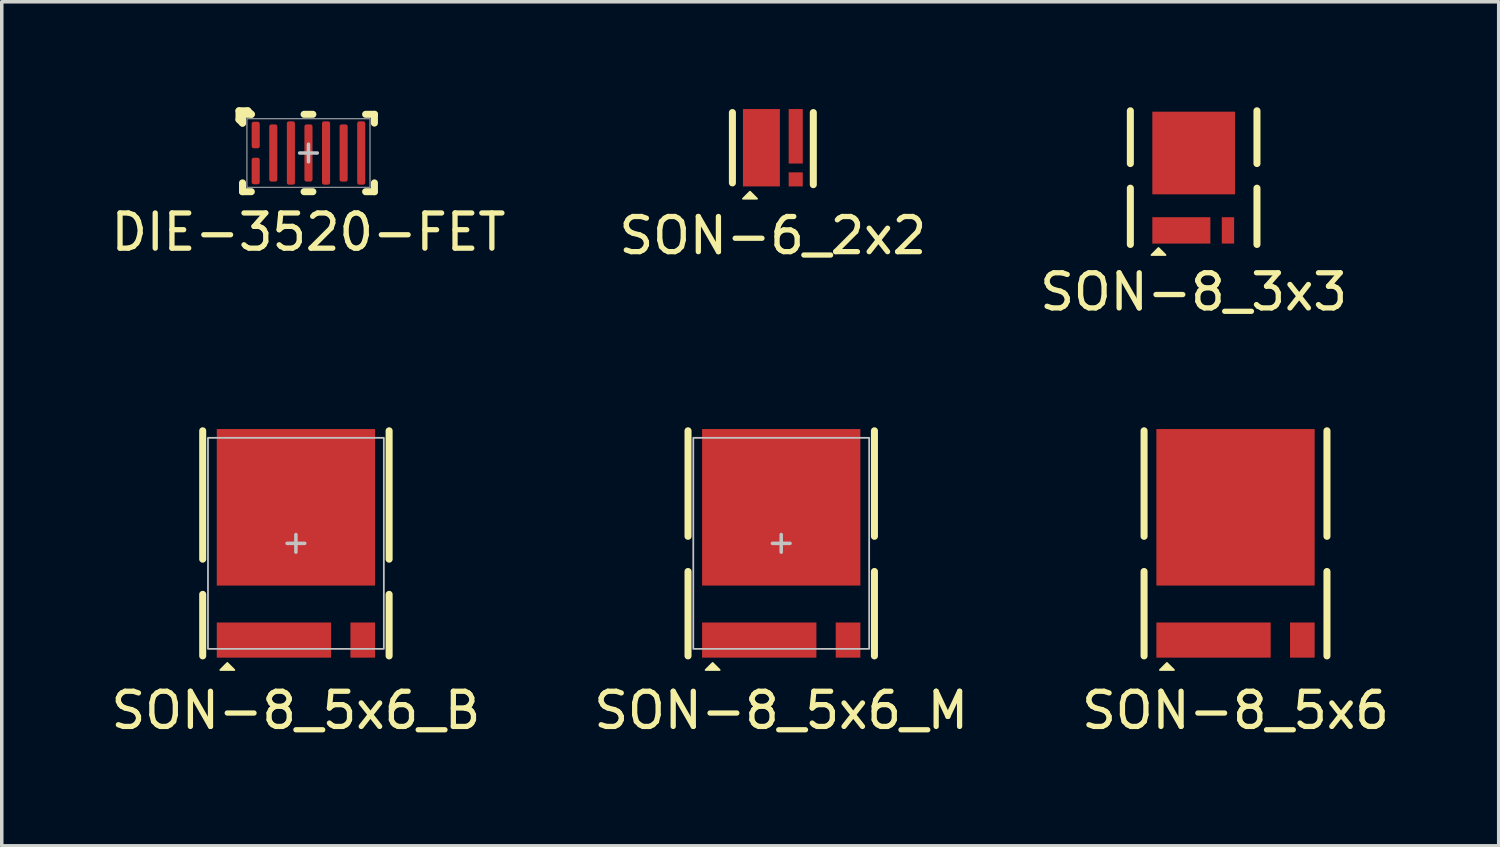
<source format=kicad_pcb>
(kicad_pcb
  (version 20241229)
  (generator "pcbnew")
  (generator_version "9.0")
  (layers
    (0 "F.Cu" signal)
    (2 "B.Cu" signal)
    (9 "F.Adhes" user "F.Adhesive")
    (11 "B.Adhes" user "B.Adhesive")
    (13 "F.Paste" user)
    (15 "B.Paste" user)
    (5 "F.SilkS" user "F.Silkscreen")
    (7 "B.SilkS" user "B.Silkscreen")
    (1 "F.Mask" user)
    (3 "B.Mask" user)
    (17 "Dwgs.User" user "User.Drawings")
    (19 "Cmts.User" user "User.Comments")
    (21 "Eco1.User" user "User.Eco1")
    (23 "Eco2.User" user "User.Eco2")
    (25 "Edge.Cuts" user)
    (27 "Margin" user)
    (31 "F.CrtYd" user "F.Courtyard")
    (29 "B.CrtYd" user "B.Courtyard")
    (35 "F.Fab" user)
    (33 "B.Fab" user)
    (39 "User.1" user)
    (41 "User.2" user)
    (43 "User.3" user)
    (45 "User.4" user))
  (footprint "SON-8_5x6_B"
    (layer "F.Cu")
    (at 5.363 12.398)
    (property "Reference" "SON-8_5x6_B" (at 0 4.75 0) (unlocked yes) (layer "F.SilkS") (effects (font (size 1 1) (thickness 0.15))))
    (attr smd)
    (fp_rect (start -2.25 2.25) (end -1.6 3.25) (stroke (width 0.1) (type solid)) (fill yes) (layer "F.Mask"))
    (fp_rect (start -0.95 2.25) (end -0.3 3.25) (stroke (width 0.1) (type solid)) (fill yes) (layer "F.Mask"))
    (fp_rect (start 0.35 2.25) (end 1 3.25) (stroke (width 0.1) (type solid)) (fill yes) (layer "F.Mask"))
    (fp_poly (pts (xy -1.6 -2.525) (xy -0.875 -2.525) (xy -0.875 -3.25) (xy -0.375 -3.25) (xy -0.375 -2.525) (xy 0.375 -2.525) (xy 0.375 -3.25) (xy 0.825 -3.25) (xy 0.825 -2.525) (xy 1.55 -2.525) (xy 1.55 -3.25) (xy 2.25 -3.25) (xy 2.25 0.7) (xy 2.55 0.7) (xy 2.55 1.2) (xy -2.55 1.2) (xy -2.55 0.7) (xy -2.25 0.7) (xy -2.25 -3.25) (xy -1.6 -3.25)) (stroke (width 0.1) (type solid)) (fill yes) (layer "F.Mask"))
    (fp_line (start -2.65 -3.2) (end -2.65 0.45) (stroke (width 0.2) (type solid)) (layer "F.SilkS"))
    (fp_line (start -2.65 1.45) (end -2.65 3.2) (stroke (width 0.2) (type solid)) (layer "F.SilkS"))
    (fp_line (start 2.65 -3.2) (end 2.65 0.45) (stroke (width 0.2) (type solid)) (layer "F.SilkS"))
    (fp_line (start 2.65 1.45) (end 2.65 3.2) (stroke (width 0.2) (type solid)) (layer "F.SilkS"))
    (fp_poly (pts (xy -2.15 3.6) (xy -1.95 3.4) (xy -1.75 3.6)) (stroke (width 0.05) (type solid)) (fill yes) (layer "F.SilkS"))
    (fp_rect (start -2.5 0.75) (end -2.15 1.15) (stroke (width 0) (type solid)) (fill yes) (layer "F.Paste"))
    (fp_rect (start -2.2 2.3) (end -1.6 3.2) (stroke (width 0) (type solid)) (fill yes) (layer "F.Paste"))
    (fp_rect (start -2.15 -3.15) (end -1.65 -2.5) (stroke (width 0) (type solid)) (fill yes) (layer "F.Paste"))
    (fp_rect (start -2.05 -2.3) (end -1.25 -0.8) (stroke (width 0) (type solid)) (fill yes) (layer "F.Paste"))
    (fp_rect (start -1.95 -0.5) (end -1.25 1) (stroke (width 0) (type solid)) (fill yes) (layer "F.Paste"))
    (fp_rect (start -1 -2.3) (end -0.15 -0.8) (stroke (width 0) (type solid)) (fill yes) (layer "F.Paste"))
    (fp_rect (start -0.95 -0.5) (end -0.15 1) (stroke (width 0) (type solid)) (fill yes) (layer "F.Paste"))
    (fp_rect (start -0.95 2.3) (end -0.3 3.2) (stroke (width 0) (type solid)) (fill yes) (layer "F.Paste"))
    (fp_rect (start -0.85 -3.15) (end -0.4 -2.5) (stroke (width 0) (type solid)) (fill yes) (layer "F.Paste"))
    (fp_rect (start 0.15 -2.3) (end 0.95 -0.8) (stroke (width 0) (type solid)) (fill yes) (layer "F.Paste"))
    (fp_rect (start 0.15 -0.5) (end 0.95 1) (stroke (width 0) (type solid)) (fill yes) (layer "F.Paste"))
    (fp_rect (start 0.35 2.3) (end 0.95 3.2) (stroke (width 0) (type solid)) (fill yes) (layer "F.Paste"))
    (fp_rect (start 0.4 -3.15) (end 0.8 -2.5) (stroke (width 0) (type solid)) (fill yes) (layer "F.Paste"))
    (fp_rect (start 1.25 -2.3) (end 2.05 -0.8) (stroke (width 0) (type solid)) (fill yes) (layer "F.Paste"))
    (fp_rect (start 1.25 -0.5) (end 1.95 1) (stroke (width 0) (type solid)) (fill yes) (layer "F.Paste"))
    (fp_rect (start 1.6 -3.15) (end 2.15 -2.5) (stroke (width 0) (type solid)) (fill yes) (layer "F.Paste"))
    (fp_rect (start 2.15 0.75) (end 2.5 1.15) (stroke (width 0) (type solid)) (fill yes) (layer "F.Paste"))
    (fp_line (start -0.25 0) (end 0.25 0) (stroke (width 0.1) (type solid)) (layer "Dwgs.User"))
    (fp_line (start 0 -0.25) (end 0 0.25) (stroke (width 0.1) (type solid)) (layer "Dwgs.User"))
    (fp_rect (start -2.5 -3) (end 2.5 3) (stroke (width 0.05) (type solid)) (fill no) (layer "Dwgs.User"))
    (pad "D" smd rect (at 0 -1.025) (size 4.5 4.45) (layers "F.Cu"))
    (pad "G" smd rect (at 1.9 2.75) (size 0.7 1) (layers "F.Cu" "F.Mask" "F.Paste"))
    (pad "S" smd rect (at -0.625 2.75) (size 3.25 1) (layers "F.Cu")))
  (footprint "DIE-3520-FET"
    (layer "F.Cu")
    (at 5.72 1.3)
    (property "Reference" "DIE-3520-FET" (at 0 2.25 0) (unlocked yes) (layer "F.SilkS") (effects (font (size 1 1) (thickness 0.15))))
    (attr smd)
    (fp_line (start -1.975 -0.95) (end -1.975 -1.2) (stroke (width 0.2) (type solid)) (layer "F.SilkS"))
    (fp_line (start -1.875 -1.1) (end -1.875 -0.85) (stroke (width 0.2) (type solid)) (layer "F.SilkS"))
    (fp_line (start -1.875 -0.85) (end -1.975 -0.95) (stroke (width 0.2) (type solid)) (layer "F.SilkS"))
    (fp_line (start -1.875 0.85) (end -1.875 1.1) (stroke (width 0.2) (type solid)) (layer "F.SilkS"))
    (fp_line (start -1.875 1.1) (end -1.625 1.1) (stroke (width 0.2) (type solid)) (layer "F.SilkS"))
    (fp_line (start -1.725 -1.2) (end -1.975 -1.2) (stroke (width 0.2) (type solid)) (layer "F.SilkS"))
    (fp_line (start -1.625 -1.1) (end -1.875 -1.1) (stroke (width 0.2) (type solid)) (layer "F.SilkS"))
    (fp_line (start -1.625 -1.1) (end -1.725 -1.2) (stroke (width 0.2) (type solid)) (layer "F.SilkS"))
    (fp_line (start -0.125 -1.1) (end 0.125 -1.1) (stroke (width 0.2) (type solid)) (layer "F.SilkS"))
    (fp_line (start -0.125 1.1) (end 0.125 1.1) (stroke (width 0.2) (type solid)) (layer "F.SilkS"))
    (fp_line (start 1.625 1.1) (end 1.875 1.1) (stroke (width 0.2) (type solid)) (layer "F.SilkS"))
    (fp_line (start 1.875 -1.1) (end 1.625 -1.1) (stroke (width 0.2) (type solid)) (layer "F.SilkS"))
    (fp_line (start 1.875 -0.85) (end 1.875 -1.1) (stroke (width 0.2) (type solid)) (layer "F.SilkS"))
    (fp_line (start 1.875 1.1) (end 1.875 0.85) (stroke (width 0.2) (type solid)) (layer "F.SilkS"))
    (fp_line (start -0.25 0) (end 0.25 0) (stroke (width 0.1) (type solid)) (layer "Dwgs.User"))
    (fp_line (start 0 -0.25) (end 0 0.25) (stroke (width 0.1) (type solid)) (layer "Dwgs.User"))
    (fp_rect (start -1.75 -0.975) (end 1.75 0.975) (stroke (width 0.03) (type solid)) (fill no) (layer "F.Fab"))
    (pad "D" smd roundrect (at -1 0 90) (size 1.625 0.23) (layers "F.Cu" "F.Mask" "F.Paste") (roundrect_rratio 0.25))
    (pad "D" smd roundrect (at 0 0 90) (size 1.625 0.23) (layers "F.Cu" "F.Mask" "F.Paste") (roundrect_rratio 0.25))
    (pad "D" smd roundrect (at 1 0 90) (size 1.625 0.23) (layers "F.Cu" "F.Mask" "F.Paste") (roundrect_rratio 0.25))
    (pad "G" smd roundrect (at -1.5 -0.512 90) (size 0.755 0.23) (layers "F.Cu" "F.Mask" "F.Paste") (roundrect_rratio 0.25))
    (pad "S" smd roundrect (at -1.5 0.512 90) (size 0.755 0.23) (layers "F.Cu" "F.Mask" "F.Paste") (roundrect_rratio 0.25))
    (pad "S" smd roundrect (at -0.5 0 90) (size 1.8 0.23) (layers "F.Cu" "F.Mask" "F.Paste") (roundrect_rratio 0.25))
    (pad "S" smd roundrect (at 0.5 0 90) (size 1.8 0.23) (layers "F.Cu" "F.Mask" "F.Paste") (roundrect_rratio 0.25))
    (pad "S" smd roundrect (at 1.5 0 90) (size 1.8 0.23) (layers "F.Cu" "F.Mask" "F.Paste") (roundrect_rratio 0.25)))
  (footprint "SON-6_2x2"
    (layer "F.Cu")
    (at 18.923 1.15)
    (property "Reference" "SON-6_2x2" (at 0 2.5 0) (unlocked yes) (layer "F.SilkS") (effects (font (size 1 1) (thickness 0.15))))
    (attr smd)
    (fp_rect (start -0.85 -0.7) (end -0.45 -1.1) (stroke (width 0.1) (type solid)) (fill yes) (layer "F.Mask"))
    (fp_rect (start -0.85 -0.45) (end 0.2 0.45) (stroke (width 0.1) (type solid)) (fill yes) (layer "F.Mask"))
    (fp_rect (start -0.85 1.1) (end -0.45 0.7) (stroke (width 0.1) (type solid)) (fill yes) (layer "F.Mask"))
    (fp_rect (start -0.2 -0.7) (end 0.2 -1.1) (stroke (width 0.1) (type solid)) (fill yes) (layer "F.Mask"))
    (fp_rect (start -0.2 1.1) (end 0.2 0.7) (stroke (width 0.1) (type solid)) (fill yes) (layer "F.Mask"))
    (fp_rect (start 0.45 -0.7) (end 0.85 -1.1) (stroke (width 0.1) (type solid)) (fill yes) (layer "F.Mask"))
    (fp_rect (start 0.45 0.45) (end 0.85 -0.45) (stroke (width 0.1) (type solid)) (fill yes) (layer "F.Mask"))
    (fp_line (start -1.15 1) (end -1.15 -1) (stroke (width 0.2) (type solid)) (layer "F.SilkS"))
    (fp_line (start 1.15 1.05) (end 1.15 -1) (stroke (width 0.2) (type solid)) (layer "F.SilkS"))
    (fp_poly (pts (xy -0.85 1.45) (xy -0.65 1.25) (xy -0.45 1.45)) (stroke (width 0.05) (type solid)) (fill yes) (layer "F.SilkS"))
    (fp_rect (start -0.8 -1.05) (end -0.45 -0.7) (stroke (width 0) (type solid)) (fill yes) (layer "F.Paste"))
    (fp_rect (start -0.8 -0.45) (end -0.4 0.45) (stroke (width 0) (type solid)) (fill yes) (layer "F.Paste"))
    (fp_rect (start -0.8 1.05) (end -0.45 0.7) (stroke (width 0) (type solid)) (fill yes) (layer "F.Paste"))
    (fp_rect (start -0.25 -0.45) (end 0.15 0.45) (stroke (width 0) (type solid)) (fill yes) (layer "F.Paste"))
    (fp_rect (start 0.15 -1.05) (end -0.2 -0.7) (stroke (width 0) (type solid)) (fill yes) (layer "F.Paste"))
    (fp_rect (start 0.15 1.05) (end -0.2 0.7) (stroke (width 0) (type solid)) (fill yes) (layer "F.Paste"))
    (fp_rect (start 0.5 -1.05) (end 0.8 -0.7) (stroke (width 0) (type solid)) (fill yes) (layer "F.Paste"))
    (fp_rect (start 0.5 0.4) (end 0.8 -0.45) (stroke (width 0) (type solid)) (fill yes) (layer "F.Paste"))
    (pad "D" smd rect (at -0.325 0) (size 1.05 2.2) (layers "F.Cu"))
    (pad "G" smd rect (at 0.65 0.9) (size 0.4 0.4) (layers "F.Cu" "F.Mask" "F.Paste"))
    (pad "S" smd rect (at 0.65 -0.325) (size 0.4 1.55) (layers "F.Cu")))
  (footprint "SON-8_5x6_M"
    (layer "F.Cu")
    (at 19.161 12.398)
    (property "Reference" "SON-8_5x6_M" (at 0 4.75 0) (unlocked yes) (layer "F.SilkS") (effects (font (size 1 1) (thickness 0.15))))
    (attr smd)
    (fp_rect (start -2.25 2.25) (end -1.6 3.25) (stroke (width 0.1) (type solid)) (fill yes) (layer "F.Mask"))
    (fp_rect (start -0.95 2.25) (end -0.3 3.25) (stroke (width 0.1) (type solid)) (fill yes) (layer "F.Mask"))
    (fp_rect (start 0.35 2.25) (end 1 3.25) (stroke (width 0.1) (type solid)) (fill yes) (layer "F.Mask"))
    (fp_poly (pts (xy -1.6 -2.525) (xy -0.875 -2.525) (xy -0.875 -3.25) (xy -0.375 -3.25) (xy -0.375 -2.525) (xy 0.375 -2.525) (xy 0.375 -3.25) (xy 0.825 -3.25) (xy 0.825 -2.525) (xy 1.55 -2.525) (xy 1.55 -3.25) (xy 2.25 -3.25) (xy 2.25 0.05) (xy 2.55 0.05) (xy 2.55 0.55) (xy 2.25 0.55) (xy 2.25 1.2) (xy -2.25 1.2) (xy -2.25 0.55) (xy -2.55 0.55) (xy -2.55 0.05) (xy -2.25 0.05) (xy -2.25 -3.25) (xy -1.6 -3.25)) (stroke (width 0.1) (type solid)) (fill yes) (layer "F.Mask"))
    (fp_line (start -2.65 -3.2) (end -2.65 -0.2) (stroke (width 0.2) (type solid)) (layer "F.SilkS"))
    (fp_line (start -2.65 0.8) (end -2.65 3.2) (stroke (width 0.2) (type solid)) (layer "F.SilkS"))
    (fp_line (start 2.65 -3.2) (end 2.65 -0.2) (stroke (width 0.2) (type solid)) (layer "F.SilkS"))
    (fp_line (start 2.65 0.8) (end 2.65 3.2) (stroke (width 0.2) (type solid)) (layer "F.SilkS"))
    (fp_poly (pts (xy -2.15 3.6) (xy -1.95 3.4) (xy -1.75 3.6)) (stroke (width 0.05) (type solid)) (fill yes) (layer "F.SilkS"))
    (fp_rect (start -2.5 0.1) (end -2.15 0.5) (stroke (width 0) (type solid)) (fill yes) (layer "F.Paste"))
    (fp_rect (start -2.2 2.3) (end -1.6 3.2) (stroke (width 0) (type solid)) (fill yes) (layer "F.Paste"))
    (fp_rect (start -2.15 -3.15) (end -1.65 -2.5) (stroke (width 0) (type solid)) (fill yes) (layer "F.Paste"))
    (fp_rect (start -2.05 -2.3) (end -1.25 -0.8) (stroke (width 0) (type solid)) (fill yes) (layer "F.Paste"))
    (fp_rect (start -1.95 -0.5) (end -1.25 1) (stroke (width 0) (type solid)) (fill yes) (layer "F.Paste"))
    (fp_rect (start -1 -2.3) (end -0.15 -0.8) (stroke (width 0) (type solid)) (fill yes) (layer "F.Paste"))
    (fp_rect (start -0.95 -0.5) (end -0.15 1) (stroke (width 0) (type solid)) (fill yes) (layer "F.Paste"))
    (fp_rect (start -0.95 2.3) (end -0.3 3.2) (stroke (width 0) (type solid)) (fill yes) (layer "F.Paste"))
    (fp_rect (start -0.85 -3.15) (end -0.4 -2.5) (stroke (width 0) (type solid)) (fill yes) (layer "F.Paste"))
    (fp_rect (start 0.15 -2.3) (end 0.95 -0.8) (stroke (width 0) (type solid)) (fill yes) (layer "F.Paste"))
    (fp_rect (start 0.15 -0.5) (end 0.95 1) (stroke (width 0) (type solid)) (fill yes) (layer "F.Paste"))
    (fp_rect (start 0.35 2.3) (end 0.95 3.2) (stroke (width 0) (type solid)) (fill yes) (layer "F.Paste"))
    (fp_rect (start 0.4 -3.15) (end 0.8 -2.5) (stroke (width 0) (type solid)) (fill yes) (layer "F.Paste"))
    (fp_rect (start 1.25 -2.3) (end 2.05 -0.8) (stroke (width 0) (type solid)) (fill yes) (layer "F.Paste"))
    (fp_rect (start 1.25 -0.5) (end 1.95 1) (stroke (width 0) (type solid)) (fill yes) (layer "F.Paste"))
    (fp_rect (start 1.6 -3.15) (end 2.15 -2.5) (stroke (width 0) (type solid)) (fill yes) (layer "F.Paste"))
    (fp_rect (start 2.15 0.1) (end 2.5 0.5) (stroke (width 0) (type solid)) (fill yes) (layer "F.Paste"))
    (fp_line (start -0.25 0) (end 0.25 0) (stroke (width 0.1) (type solid)) (layer "Dwgs.User"))
    (fp_line (start 0 -0.25) (end 0 0.25) (stroke (width 0.1) (type solid)) (layer "Dwgs.User"))
    (fp_rect (start -2.5 -3) (end 2.5 3) (stroke (width 0.05) (type solid)) (fill no) (layer "Dwgs.User"))
    (pad "D" smd rect (at 0 -1.025) (size 4.5 4.45) (layers "F.Cu"))
    (pad "G" smd rect (at 1.9 2.75) (size 0.7 1) (layers "F.Cu" "F.Mask" "F.Paste"))
    (pad "S" smd rect (at -0.625 2.75) (size 3.25 1) (layers "F.Cu")))
  (footprint "SON-8_3x3"
    (layer "F.Cu")
    (at 30.887 2)
    (property "Reference" "SON-8_3x3" (at 0 3.25 0) (unlocked yes) (layer "F.SilkS") (effects (font (size 1 1) (thickness 0.15))))
    (attr smd)
    (fp_rect (start -1.175 1.125) (end -0.825 1.875) (stroke (width 0.1) (type solid)) (fill yes) (layer "F.Mask"))
    (fp_rect (start -0.525 1.125) (end -0.175 1.875) (stroke (width 0.1) (type solid)) (fill yes) (layer "F.Mask"))
    (fp_rect (start 0.125 1.125) (end 0.475 1.875) (stroke (width 0.1) (type solid)) (fill yes) (layer "F.Mask"))
    (fp_poly (pts (xy -0.8 -1.325) (xy -0.5 -1.325) (xy -0.5 -1.875) (xy -0.15 -1.875) (xy -0.15 -1.325) (xy 0.15 -1.325) (xy 0.15 -1.875) (xy 0.5 -1.875) (xy 0.5 -1.325) (xy 0.8 -1.325) (xy 0.8 -1.875) (xy 1.175 -1.875) (xy 1.175 -0.225) (xy 1.725 -0.225) (xy 1.725 0.125) (xy 1.175 0.125) (xy 1.175 0.475) (xy -1.175 0.475) (xy -1.175 0.125) (xy -1.725 0.125) (xy -1.725 -0.225) (xy -1.175 -0.225) (xy -1.175 -1.875) (xy -0.8 -1.875)) (stroke (width 0.1) (type solid)) (fill yes) (layer "F.Mask"))
    (fp_line (start -1.8 -1.9) (end -1.8 -0.4) (stroke (width 0.2) (type solid)) (layer "F.SilkS"))
    (fp_line (start -1.8 0.3) (end -1.8 1.9) (stroke (width 0.2) (type solid)) (layer "F.SilkS"))
    (fp_line (start 1.8 -0.4) (end 1.8 -1.9) (stroke (width 0.2) (type solid)) (layer "F.SilkS"))
    (fp_line (start 1.8 1.9) (end 1.8 0.3) (stroke (width 0.2) (type solid)) (layer "F.SilkS"))
    (fp_poly (pts (xy -1.2 2.2) (xy -1 2) (xy -0.8 2.2)) (stroke (width 0.05) (type solid)) (fill yes) (layer "F.SilkS"))
    (fp_rect (start -1.7 -0.2) (end -1.25 0.1) (stroke (width 0) (type solid)) (fill yes) (layer "F.Paste"))
    (fp_rect (start -1.125 1.175) (end -0.825 1.825) (stroke (width 0) (type solid)) (fill yes) (layer "F.Paste"))
    (fp_rect (start -1.1 -1.8) (end -0.825 -1.45) (stroke (width 0) (type solid)) (fill yes) (layer "F.Paste"))
    (fp_rect (start -1.1 -1.3) (end -0.1 -0.5) (stroke (width 0) (type solid)) (fill yes) (layer "F.Paste"))
    (fp_rect (start -1.05 -0.35) (end -0.1 0.4) (stroke (width 0) (type solid)) (fill yes) (layer "F.Paste"))
    (fp_rect (start -0.525 1.175) (end -0.175 1.825) (stroke (width 0) (type solid)) (fill yes) (layer "F.Paste"))
    (fp_rect (start -0.475 -1.8) (end -0.175 -1.45) (stroke (width 0) (type solid)) (fill yes) (layer "F.Paste"))
    (fp_rect (start 0.1 -1.3) (end 1.1 -0.5) (stroke (width 0) (type solid)) (fill yes) (layer "F.Paste"))
    (fp_rect (start 0.1 -0.35) (end 1.05 0.4) (stroke (width 0) (type solid)) (fill yes) (layer "F.Paste"))
    (fp_rect (start 0.125 1.175) (end 0.425 1.825) (stroke (width 0) (type solid)) (fill yes) (layer "F.Paste"))
    (fp_rect (start 0.175 -1.8) (end 0.475 -1.45) (stroke (width 0) (type solid)) (fill yes) (layer "F.Paste"))
    (fp_rect (start 0.825 -1.8) (end 1.1 -1.45) (stroke (width 0) (type solid)) (fill yes) (layer "F.Paste"))
    (fp_rect (start 1.25 -0.2) (end 1.7 0.1) (stroke (width 0) (type solid)) (fill yes) (layer "F.Paste"))
    (pad "D" smd rect (at 0 -0.7 90) (size 2.35 2.35) (layers "F.Cu"))
    (pad "G" smd rect (at 0.975 1.5) (size 0.35 0.75) (layers "F.Cu" "F.Mask" "F.Paste"))
    (pad "S" smd rect (at -0.35 1.5) (size 1.65 0.75) (layers "F.Cu")))
  (footprint "SON-8_5x6"
    (layer "F.Cu")
    (at 32.077 12.398)
    (property "Reference" "SON-8_5x6" (at 0 4.75 0) (unlocked yes) (layer "F.SilkS") (effects (font (size 1 1) (thickness 0.15))))
    (attr smd)
    (fp_rect (start -2.25 2.25) (end -1.6 3.25) (stroke (width 0.1) (type solid)) (fill yes) (layer "F.Mask"))
    (fp_rect (start -0.95 2.25) (end -0.3 3.25) (stroke (width 0.1) (type solid)) (fill yes) (layer "F.Mask"))
    (fp_rect (start 0.35 2.25) (end 1 3.25) (stroke (width 0.1) (type solid)) (fill yes) (layer "F.Mask"))
    (fp_poly (pts (xy -1.6 -2.525) (xy -0.875 -2.525) (xy -0.875 -3.25) (xy -0.375 -3.25) (xy -0.375 -2.525) (xy 0.375 -2.525) (xy 0.375 -3.25) (xy 0.825 -3.25) (xy 0.825 -2.525) (xy 1.55 -2.525) (xy 1.55 -3.25) (xy 2.25 -3.25) (xy 2.25 0.05) (xy 2.55 0.05) (xy 2.55 0.55) (xy 2.25 0.55) (xy 2.25 1.2) (xy -2.25 1.2) (xy -2.25 0.55) (xy -2.55 0.55) (xy -2.55 0.05) (xy -2.25 0.05) (xy -2.25 -3.25) (xy -1.6 -3.25)) (stroke (width 0.1) (type solid)) (fill yes) (layer "F.Mask"))
    (fp_line (start -2.6 -3.2) (end -2.6 -0.2) (stroke (width 0.2) (type solid)) (layer "F.SilkS"))
    (fp_line (start -2.6 0.8) (end -2.6 3.2) (stroke (width 0.2) (type solid)) (layer "F.SilkS"))
    (fp_line (start 2.6 -3.2) (end 2.6 -0.2) (stroke (width 0.2) (type solid)) (layer "F.SilkS"))
    (fp_line (start 2.6 0.8) (end 2.6 3.2) (stroke (width 0.2) (type solid)) (layer "F.SilkS"))
    (fp_poly (pts (xy -2.15 3.6) (xy -1.95 3.4) (xy -1.75 3.6)) (stroke (width 0.05) (type solid)) (fill yes) (layer "F.SilkS"))
    (fp_rect (start -2.5 0.1) (end -2.15 0.5) (stroke (width 0) (type solid)) (fill yes) (layer "F.Paste"))
    (fp_rect (start -2.2 2.3) (end -1.6 3.2) (stroke (width 0) (type solid)) (fill yes) (layer "F.Paste"))
    (fp_rect (start -2.15 -3.15) (end -1.65 -2.5) (stroke (width 0) (type solid)) (fill yes) (layer "F.Paste"))
    (fp_rect (start -2.05 -2.3) (end -1.25 -0.8) (stroke (width 0) (type solid)) (fill yes) (layer "F.Paste"))
    (fp_rect (start -1.95 -0.5) (end -1.25 1) (stroke (width 0) (type solid)) (fill yes) (layer "F.Paste"))
    (fp_rect (start -1 -2.3) (end -0.15 -0.8) (stroke (width 0) (type solid)) (fill yes) (layer "F.Paste"))
    (fp_rect (start -0.95 -0.5) (end -0.15 1) (stroke (width 0) (type solid)) (fill yes) (layer "F.Paste"))
    (fp_rect (start -0.95 2.3) (end -0.3 3.2) (stroke (width 0) (type solid)) (fill yes) (layer "F.Paste"))
    (fp_rect (start -0.85 -3.15) (end -0.4 -2.5) (stroke (width 0) (type solid)) (fill yes) (layer "F.Paste"))
    (fp_rect (start 0.15 -2.3) (end 0.95 -0.8) (stroke (width 0) (type solid)) (fill yes) (layer "F.Paste"))
    (fp_rect (start 0.15 -0.5) (end 0.95 1) (stroke (width 0) (type solid)) (fill yes) (layer "F.Paste"))
    (fp_rect (start 0.35 2.3) (end 0.95 3.2) (stroke (width 0) (type solid)) (fill yes) (layer "F.Paste"))
    (fp_rect (start 0.4 -3.15) (end 0.8 -2.5) (stroke (width 0) (type solid)) (fill yes) (layer "F.Paste"))
    (fp_rect (start 1.25 -2.3) (end 2.05 -0.8) (stroke (width 0) (type solid)) (fill yes) (layer "F.Paste"))
    (fp_rect (start 1.25 -0.5) (end 1.95 1) (stroke (width 0) (type solid)) (fill yes) (layer "F.Paste"))
    (fp_rect (start 1.6 -3.15) (end 2.15 -2.5) (stroke (width 0) (type solid)) (fill yes) (layer "F.Paste"))
    (fp_rect (start 2.15 0.1) (end 2.5 0.5) (stroke (width 0) (type solid)) (fill yes) (layer "F.Paste"))
    (pad "D" smd rect (at 0 -1.025) (size 4.5 4.45) (layers "F.Cu"))
    (pad "G" smd rect (at 1.9 2.75) (size 0.7 1) (layers "F.Cu" "F.Mask" "F.Paste"))
    (pad "S" smd rect (at -0.625 2.75) (size 3.25 1) (layers "F.Cu")))
  (gr_rect
    (start -3 -3)
    (end 39.56 20.997)
    (stroke (width 0.1) (type default))
    (fill no)
    (layer "Edge.Cuts")))
</source>
